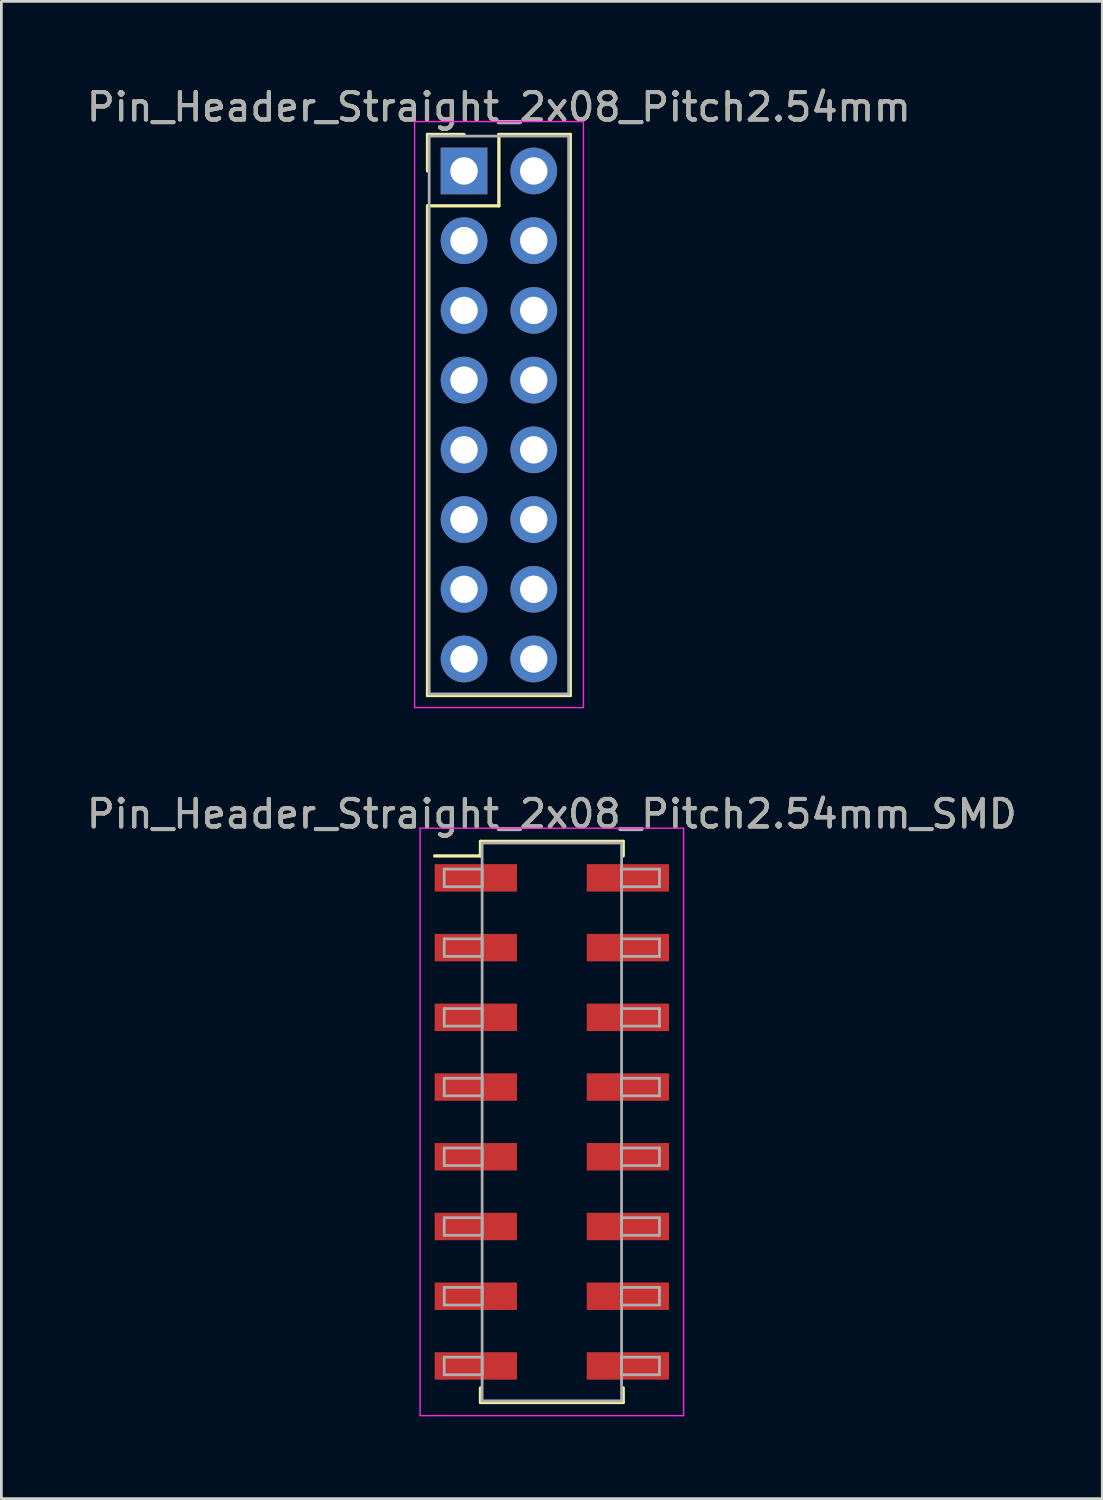
<source format=kicad_pcb>
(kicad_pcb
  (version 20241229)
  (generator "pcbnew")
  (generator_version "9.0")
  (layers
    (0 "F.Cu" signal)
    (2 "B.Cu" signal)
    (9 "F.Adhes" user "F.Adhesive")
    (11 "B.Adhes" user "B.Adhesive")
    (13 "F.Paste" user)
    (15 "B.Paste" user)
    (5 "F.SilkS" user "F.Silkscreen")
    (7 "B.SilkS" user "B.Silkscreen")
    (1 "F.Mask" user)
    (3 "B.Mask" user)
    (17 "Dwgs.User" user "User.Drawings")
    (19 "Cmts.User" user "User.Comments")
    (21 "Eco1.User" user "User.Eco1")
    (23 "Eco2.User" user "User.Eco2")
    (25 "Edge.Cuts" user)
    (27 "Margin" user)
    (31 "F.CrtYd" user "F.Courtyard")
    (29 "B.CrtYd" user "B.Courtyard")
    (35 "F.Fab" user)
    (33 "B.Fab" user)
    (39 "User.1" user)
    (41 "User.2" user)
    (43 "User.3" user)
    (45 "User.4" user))
  (footprint "Pin_Header_Straight_2x08_Pitch2.54mm_SMD"
    (layer "F.Cu")
    (at 17.054 37.822)
    (property "Reference" "Pin_Header_Straight_2x08_Pitch2.54mm_SMD" (at 0 -11.22 0) (layer "F.SilkS") (effects (font (size 1 1) (thickness 0.15))))
    (attr smd)
    (fp_line (start -4.27 -9.69) (end -2.6 -9.69) (stroke (width 0.12) (type solid)) (layer "F.SilkS"))
    (fp_line (start -2.6 -10.22) (end 2.6 -10.22) (stroke (width 0.12) (type solid)) (layer "F.SilkS"))
    (fp_line (start -2.6 -9.69) (end -2.6 -10.22) (stroke (width 0.12) (type solid)) (layer "F.SilkS"))
    (fp_line (start -2.6 9.69) (end -2.6 10.22) (stroke (width 0.12) (type solid)) (layer "F.SilkS"))
    (fp_line (start -2.6 10.22) (end 2.6 10.22) (stroke (width 0.12) (type solid)) (layer "F.SilkS"))
    (fp_line (start 2.6 -10.22) (end 2.6 -9.69) (stroke (width 0.12) (type solid)) (layer "F.SilkS"))
    (fp_line (start 2.6 10.22) (end 2.6 9.69) (stroke (width 0.12) (type solid)) (layer "F.SilkS"))
    (fp_line (start -4.8 -10.7) (end -4.8 10.7) (stroke (width 0.05) (type solid)) (layer "F.CrtYd"))
    (fp_line (start -4.8 10.7) (end 4.8 10.7) (stroke (width 0.05) (type solid)) (layer "F.CrtYd"))
    (fp_line (start 4.8 -10.7) (end -4.8 -10.7) (stroke (width 0.05) (type solid)) (layer "F.CrtYd"))
    (fp_line (start 4.8 10.7) (end 4.8 -10.7) (stroke (width 0.05) (type solid)) (layer "F.CrtYd"))
    (fp_line (start -3.92 -9.21) (end -2.54 -9.21) (stroke (width 0.1) (type solid)) (layer "F.Fab"))
    (fp_line (start -3.92 -8.57) (end -3.92 -9.21) (stroke (width 0.1) (type solid)) (layer "F.Fab"))
    (fp_line (start -3.92 -6.67) (end -2.54 -6.67) (stroke (width 0.1) (type solid)) (layer "F.Fab"))
    (fp_line (start -3.92 -6.03) (end -3.92 -6.67) (stroke (width 0.1) (type solid)) (layer "F.Fab"))
    (fp_line (start -3.92 -4.13) (end -2.54 -4.13) (stroke (width 0.1) (type solid)) (layer "F.Fab"))
    (fp_line (start -3.92 -3.49) (end -3.92 -4.13) (stroke (width 0.1) (type solid)) (layer "F.Fab"))
    (fp_line (start -3.92 -1.59) (end -2.54 -1.59) (stroke (width 0.1) (type solid)) (layer "F.Fab"))
    (fp_line (start -3.92 -0.95) (end -3.92 -1.59) (stroke (width 0.1) (type solid)) (layer "F.Fab"))
    (fp_line (start -3.92 0.95) (end -2.54 0.95) (stroke (width 0.1) (type solid)) (layer "F.Fab"))
    (fp_line (start -3.92 1.59) (end -3.92 0.95) (stroke (width 0.1) (type solid)) (layer "F.Fab"))
    (fp_line (start -3.92 3.49) (end -2.54 3.49) (stroke (width 0.1) (type solid)) (layer "F.Fab"))
    (fp_line (start -3.92 4.13) (end -3.92 3.49) (stroke (width 0.1) (type solid)) (layer "F.Fab"))
    (fp_line (start -3.92 6.03) (end -2.54 6.03) (stroke (width 0.1) (type solid)) (layer "F.Fab"))
    (fp_line (start -3.92 6.67) (end -3.92 6.03) (stroke (width 0.1) (type solid)) (layer "F.Fab"))
    (fp_line (start -3.92 8.57) (end -2.54 8.57) (stroke (width 0.1) (type solid)) (layer "F.Fab"))
    (fp_line (start -3.92 9.21) (end -3.92 8.57) (stroke (width 0.1) (type solid)) (layer "F.Fab"))
    (fp_line (start -2.54 -10.16) (end -2.54 10.16) (stroke (width 0.1) (type solid)) (layer "F.Fab"))
    (fp_line (start -2.54 -9.21) (end -2.54 -8.57) (stroke (width 0.1) (type solid)) (layer "F.Fab"))
    (fp_line (start -2.54 -8.57) (end -3.92 -8.57) (stroke (width 0.1) (type solid)) (layer "F.Fab"))
    (fp_line (start -2.54 -6.67) (end -2.54 -6.03) (stroke (width 0.1) (type solid)) (layer "F.Fab"))
    (fp_line (start -2.54 -6.03) (end -3.92 -6.03) (stroke (width 0.1) (type solid)) (layer "F.Fab"))
    (fp_line (start -2.54 -4.13) (end -2.54 -3.49) (stroke (width 0.1) (type solid)) (layer "F.Fab"))
    (fp_line (start -2.54 -3.49) (end -3.92 -3.49) (stroke (width 0.1) (type solid)) (layer "F.Fab"))
    (fp_line (start -2.54 -1.59) (end -2.54 -0.95) (stroke (width 0.1) (type solid)) (layer "F.Fab"))
    (fp_line (start -2.54 -0.95) (end -3.92 -0.95) (stroke (width 0.1) (type solid)) (layer "F.Fab"))
    (fp_line (start -2.54 0.95) (end -2.54 1.59) (stroke (width 0.1) (type solid)) (layer "F.Fab"))
    (fp_line (start -2.54 1.59) (end -3.92 1.59) (stroke (width 0.1) (type solid)) (layer "F.Fab"))
    (fp_line (start -2.54 3.49) (end -2.54 4.13) (stroke (width 0.1) (type solid)) (layer "F.Fab"))
    (fp_line (start -2.54 4.13) (end -3.92 4.13) (stroke (width 0.1) (type solid)) (layer "F.Fab"))
    (fp_line (start -2.54 6.03) (end -2.54 6.67) (stroke (width 0.1) (type solid)) (layer "F.Fab"))
    (fp_line (start -2.54 6.67) (end -3.92 6.67) (stroke (width 0.1) (type solid)) (layer "F.Fab"))
    (fp_line (start -2.54 8.57) (end -2.54 9.21) (stroke (width 0.1) (type solid)) (layer "F.Fab"))
    (fp_line (start -2.54 9.21) (end -3.92 9.21) (stroke (width 0.1) (type solid)) (layer "F.Fab"))
    (fp_line (start -2.54 10.16) (end 2.54 10.16) (stroke (width 0.1) (type solid)) (layer "F.Fab"))
    (fp_line (start 2.54 -10.16) (end -2.54 -10.16) (stroke (width 0.1) (type solid)) (layer "F.Fab"))
    (fp_line (start 2.54 -9.21) (end 2.54 -8.57) (stroke (width 0.1) (type solid)) (layer "F.Fab"))
    (fp_line (start 2.54 -8.57) (end 3.92 -8.57) (stroke (width 0.1) (type solid)) (layer "F.Fab"))
    (fp_line (start 2.54 -6.67) (end 2.54 -6.03) (stroke (width 0.1) (type solid)) (layer "F.Fab"))
    (fp_line (start 2.54 -6.03) (end 3.92 -6.03) (stroke (width 0.1) (type solid)) (layer "F.Fab"))
    (fp_line (start 2.54 -4.13) (end 2.54 -3.49) (stroke (width 0.1) (type solid)) (layer "F.Fab"))
    (fp_line (start 2.54 -3.49) (end 3.92 -3.49) (stroke (width 0.1) (type solid)) (layer "F.Fab"))
    (fp_line (start 2.54 -1.59) (end 2.54 -0.95) (stroke (width 0.1) (type solid)) (layer "F.Fab"))
    (fp_line (start 2.54 -0.95) (end 3.92 -0.95) (stroke (width 0.1) (type solid)) (layer "F.Fab"))
    (fp_line (start 2.54 0.95) (end 2.54 1.59) (stroke (width 0.1) (type solid)) (layer "F.Fab"))
    (fp_line (start 2.54 1.59) (end 3.92 1.59) (stroke (width 0.1) (type solid)) (layer "F.Fab"))
    (fp_line (start 2.54 3.49) (end 2.54 4.13) (stroke (width 0.1) (type solid)) (layer "F.Fab"))
    (fp_line (start 2.54 4.13) (end 3.92 4.13) (stroke (width 0.1) (type solid)) (layer "F.Fab"))
    (fp_line (start 2.54 6.03) (end 2.54 6.67) (stroke (width 0.1) (type solid)) (layer "F.Fab"))
    (fp_line (start 2.54 6.67) (end 3.92 6.67) (stroke (width 0.1) (type solid)) (layer "F.Fab"))
    (fp_line (start 2.54 8.57) (end 2.54 9.21) (stroke (width 0.1) (type solid)) (layer "F.Fab"))
    (fp_line (start 2.54 9.21) (end 3.92 9.21) (stroke (width 0.1) (type solid)) (layer "F.Fab"))
    (fp_line (start 2.54 10.16) (end 2.54 -10.16) (stroke (width 0.1) (type solid)) (layer "F.Fab"))
    (fp_line (start 3.92 -9.21) (end 2.54 -9.21) (stroke (width 0.1) (type solid)) (layer "F.Fab"))
    (fp_line (start 3.92 -8.57) (end 3.92 -9.21) (stroke (width 0.1) (type solid)) (layer "F.Fab"))
    (fp_line (start 3.92 -6.67) (end 2.54 -6.67) (stroke (width 0.1) (type solid)) (layer "F.Fab"))
    (fp_line (start 3.92 -6.03) (end 3.92 -6.67) (stroke (width 0.1) (type solid)) (layer "F.Fab"))
    (fp_line (start 3.92 -4.13) (end 2.54 -4.13) (stroke (width 0.1) (type solid)) (layer "F.Fab"))
    (fp_line (start 3.92 -3.49) (end 3.92 -4.13) (stroke (width 0.1) (type solid)) (layer "F.Fab"))
    (fp_line (start 3.92 -1.59) (end 2.54 -1.59) (stroke (width 0.1) (type solid)) (layer "F.Fab"))
    (fp_line (start 3.92 -0.95) (end 3.92 -1.59) (stroke (width 0.1) (type solid)) (layer "F.Fab"))
    (fp_line (start 3.92 0.95) (end 2.54 0.95) (stroke (width 0.1) (type solid)) (layer "F.Fab"))
    (fp_line (start 3.92 1.59) (end 3.92 0.95) (stroke (width 0.1) (type solid)) (layer "F.Fab"))
    (fp_line (start 3.92 3.49) (end 2.54 3.49) (stroke (width 0.1) (type solid)) (layer "F.Fab"))
    (fp_line (start 3.92 4.13) (end 3.92 3.49) (stroke (width 0.1) (type solid)) (layer "F.Fab"))
    (fp_line (start 3.92 6.03) (end 2.54 6.03) (stroke (width 0.1) (type solid)) (layer "F.Fab"))
    (fp_line (start 3.92 6.67) (end 3.92 6.03) (stroke (width 0.1) (type solid)) (layer "F.Fab"))
    (fp_line (start 3.92 8.57) (end 2.54 8.57) (stroke (width 0.1) (type solid)) (layer "F.Fab"))
    (fp_line (start 3.92 9.21) (end 3.92 8.57) (stroke (width 0.1) (type solid)) (layer "F.Fab"))
    (fp_text user "${REFERENCE}" (at 0 -11.22 0) (layer "F.Fab") (effects (font (size 1 1) (thickness 0.15))))
    (pad "1" smd rect (at -2.77 -8.89) (size 3 1) (layers "F.Cu" "F.Mask" "F.Paste"))
    (pad "2" smd rect (at 2.77 -8.89) (size 3 1) (layers "F.Cu" "F.Mask" "F.Paste"))
    (pad "3" smd rect (at -2.77 -6.35) (size 3 1) (layers "F.Cu" "F.Mask" "F.Paste"))
    (pad "4" smd rect (at 2.77 -6.35) (size 3 1) (layers "F.Cu" "F.Mask" "F.Paste"))
    (pad "5" smd rect (at -2.77 -3.81) (size 3 1) (layers "F.Cu" "F.Mask" "F.Paste"))
    (pad "6" smd rect (at 2.77 -3.81) (size 3 1) (layers "F.Cu" "F.Mask" "F.Paste"))
    (pad "7" smd rect (at -2.77 -1.27) (size 3 1) (layers "F.Cu" "F.Mask" "F.Paste"))
    (pad "8" smd rect (at 2.77 -1.27) (size 3 1) (layers "F.Cu" "F.Mask" "F.Paste"))
    (pad "9" smd rect (at -2.77 1.27) (size 3 1) (layers "F.Cu" "F.Mask" "F.Paste"))
    (pad "10" smd rect (at 2.77 1.27) (size 3 1) (layers "F.Cu" "F.Mask" "F.Paste"))
    (pad "11" smd rect (at -2.77 3.81) (size 3 1) (layers "F.Cu" "F.Mask" "F.Paste"))
    (pad "12" smd rect (at 2.77 3.81) (size 3 1) (layers "F.Cu" "F.Mask" "F.Paste"))
    (pad "13" smd rect (at -2.77 6.35) (size 3 1) (layers "F.Cu" "F.Mask" "F.Paste"))
    (pad "14" smd rect (at 2.77 6.35) (size 3 1) (layers "F.Cu" "F.Mask" "F.Paste"))
    (pad "15" smd rect (at -2.77 8.89) (size 3 1) (layers "F.Cu" "F.Mask" "F.Paste"))
    (pad "16" smd rect (at 2.77 8.89) (size 3 1) (layers "F.Cu" "F.Mask" "F.Paste")))
  (footprint "Pin_Header_Straight_2x08_Pitch2.54mm"
    (layer "F.Cu")
    (at 13.855 3.178)
    (property "Reference" "Pin_Header_Straight_2x08_Pitch2.54mm" (at 1.27 -2.33 0) (layer "F.SilkS") (effects (font (size 1 1) (thickness 0.15))))
    (attr through_hole)
    (fp_line (start -1.33 -1.33) (end 0 -1.33) (stroke (width 0.12) (type solid)) (layer "F.SilkS"))
    (fp_line (start -1.33 0) (end -1.33 -1.33) (stroke (width 0.12) (type solid)) (layer "F.SilkS"))
    (fp_line (start -1.33 1.27) (end -1.33 19.11) (stroke (width 0.12) (type solid)) (layer "F.SilkS"))
    (fp_line (start -1.33 19.11) (end 3.87 19.11) (stroke (width 0.12) (type solid)) (layer "F.SilkS"))
    (fp_line (start 1.27 -1.33) (end 1.27 1.27) (stroke (width 0.12) (type solid)) (layer "F.SilkS"))
    (fp_line (start 1.27 1.27) (end -1.33 1.27) (stroke (width 0.12) (type solid)) (layer "F.SilkS"))
    (fp_line (start 3.87 -1.33) (end 1.27 -1.33) (stroke (width 0.12) (type solid)) (layer "F.SilkS"))
    (fp_line (start 3.87 19.11) (end 3.87 -1.33) (stroke (width 0.12) (type solid)) (layer "F.SilkS"))
    (fp_line (start -1.8 -1.8) (end -1.8 19.55) (stroke (width 0.05) (type solid)) (layer "F.CrtYd"))
    (fp_line (start -1.8 19.55) (end 4.35 19.55) (stroke (width 0.05) (type solid)) (layer "F.CrtYd"))
    (fp_line (start 4.35 -1.8) (end -1.8 -1.8) (stroke (width 0.05) (type solid)) (layer "F.CrtYd"))
    (fp_line (start 4.35 19.55) (end 4.35 -1.8) (stroke (width 0.05) (type solid)) (layer "F.CrtYd"))
    (fp_line (start -1.27 -1.27) (end -1.27 19.05) (stroke (width 0.1) (type solid)) (layer "F.Fab"))
    (fp_line (start -1.27 19.05) (end 3.81 19.05) (stroke (width 0.1) (type solid)) (layer "F.Fab"))
    (fp_line (start 3.81 -1.27) (end -1.27 -1.27) (stroke (width 0.1) (type solid)) (layer "F.Fab"))
    (fp_line (start 3.81 19.05) (end 3.81 -1.27) (stroke (width 0.1) (type solid)) (layer "F.Fab"))
    (fp_text user "${REFERENCE}" (at 1.27 -2.33 0) (layer "F.Fab") (effects (font (size 1 1) (thickness 0.15))))
    (pad "1" thru_hole rect (at 0 0) (size 1.7 1.7) (drill 1) (layers "*.Cu" "*.Mask"))
    (pad "2" thru_hole oval (at 2.54 0) (size 1.7 1.7) (drill 1) (layers "*.Cu" "*.Mask"))
    (pad "3" thru_hole oval (at 0 2.54) (size 1.7 1.7) (drill 1) (layers "*.Cu" "*.Mask"))
    (pad "4" thru_hole oval (at 2.54 2.54) (size 1.7 1.7) (drill 1) (layers "*.Cu" "*.Mask"))
    (pad "5" thru_hole oval (at 0 5.08) (size 1.7 1.7) (drill 1) (layers "*.Cu" "*.Mask"))
    (pad "6" thru_hole oval (at 2.54 5.08) (size 1.7 1.7) (drill 1) (layers "*.Cu" "*.Mask"))
    (pad "7" thru_hole oval (at 0 7.62) (size 1.7 1.7) (drill 1) (layers "*.Cu" "*.Mask"))
    (pad "8" thru_hole oval (at 2.54 7.62) (size 1.7 1.7) (drill 1) (layers "*.Cu" "*.Mask"))
    (pad "9" thru_hole oval (at 0 10.16) (size 1.7 1.7) (drill 1) (layers "*.Cu" "*.Mask"))
    (pad "10" thru_hole oval (at 2.54 10.16) (size 1.7 1.7) (drill 1) (layers "*.Cu" "*.Mask"))
    (pad "11" thru_hole oval (at 0 12.7) (size 1.7 1.7) (drill 1) (layers "*.Cu" "*.Mask"))
    (pad "12" thru_hole oval (at 2.54 12.7) (size 1.7 1.7) (drill 1) (layers "*.Cu" "*.Mask"))
    (pad "13" thru_hole oval (at 0 15.24) (size 1.7 1.7) (drill 1) (layers "*.Cu" "*.Mask"))
    (pad "14" thru_hole oval (at 2.54 15.24) (size 1.7 1.7) (drill 1) (layers "*.Cu" "*.Mask"))
    (pad "15" thru_hole oval (at 0 17.78) (size 1.7 1.7) (drill 1) (layers "*.Cu" "*.Mask"))
    (pad "16" thru_hole oval (at 2.54 17.78) (size 1.7 1.7) (drill 1) (layers "*.Cu" "*.Mask")))
  (gr_rect
    (start -3 -3)
    (end 37.107 51.547)
    (stroke (width 0.1) (type default))
    (fill no)
    (layer "Edge.Cuts")))
</source>
